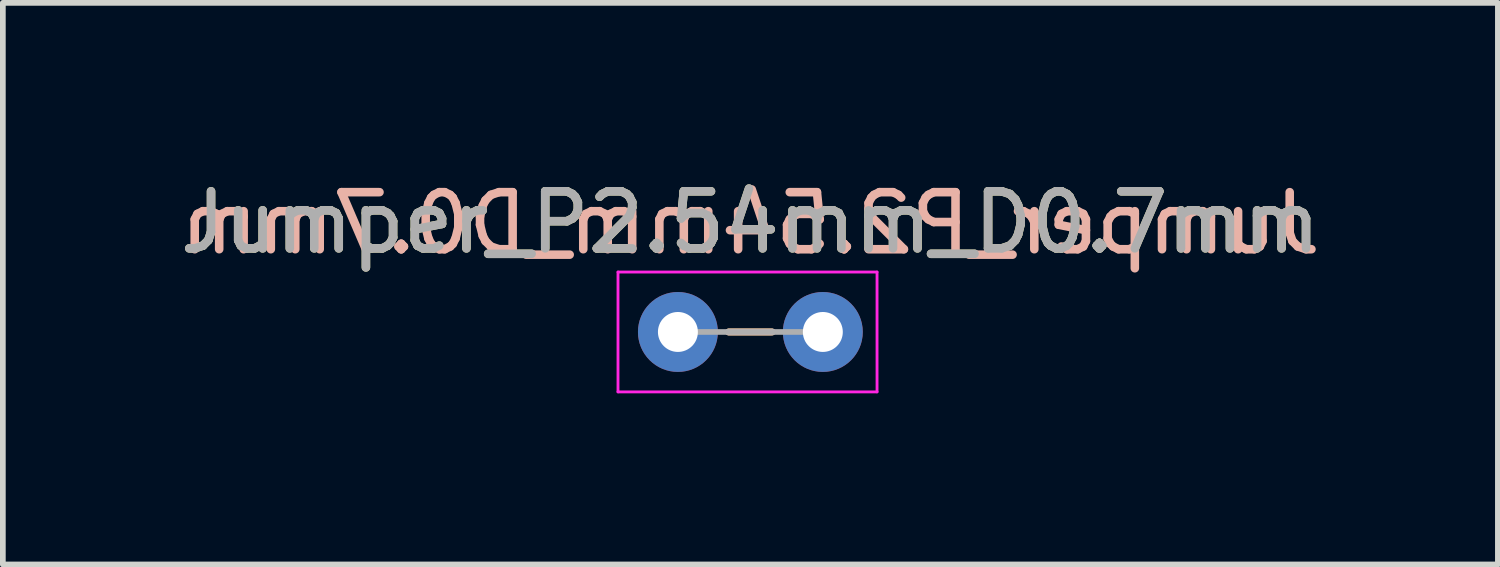
<source format=kicad_pcb>
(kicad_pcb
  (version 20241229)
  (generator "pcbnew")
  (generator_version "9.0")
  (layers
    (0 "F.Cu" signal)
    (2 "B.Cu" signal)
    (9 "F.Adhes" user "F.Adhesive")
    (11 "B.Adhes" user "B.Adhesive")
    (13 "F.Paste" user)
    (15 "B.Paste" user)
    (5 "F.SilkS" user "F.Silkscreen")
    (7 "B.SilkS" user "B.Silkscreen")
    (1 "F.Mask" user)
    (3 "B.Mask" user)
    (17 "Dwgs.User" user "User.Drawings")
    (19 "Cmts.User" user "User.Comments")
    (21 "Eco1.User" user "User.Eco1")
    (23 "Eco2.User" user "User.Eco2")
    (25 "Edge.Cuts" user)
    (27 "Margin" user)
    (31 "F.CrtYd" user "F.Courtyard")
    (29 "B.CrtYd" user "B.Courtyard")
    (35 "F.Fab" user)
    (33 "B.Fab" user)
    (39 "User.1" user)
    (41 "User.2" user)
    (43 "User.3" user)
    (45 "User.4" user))
  (footprint "Jumper_P2.54mm_D0.7mm"
    (layer "F.Cu")
    (at 8.831 2.768)
    (property "Reference" "Jumper_P2.54mm_D0.7mm" (at 1.27 -1.92 0) (layer "F.SilkS") (effects (font (size 1 1) (thickness 0.15))))
    (attr through_hole)
    (fp_line (start 0.889 0) (end 1.651 0) (stroke (width 0.12) (type solid)) (layer "F.SilkS"))
    (fp_line (start 1.651 0) (end 0.889 0) (stroke (width 0.12) (type solid)) (layer "B.SilkS"))
    (fp_line (start -1.05 -1.05) (end -1.05 1.05) (stroke (width 0.05) (type solid)) (layer "F.CrtYd"))
    (fp_line (start -1.05 1.05) (end 3.49 1.05) (stroke (width 0.05) (type solid)) (layer "F.CrtYd"))
    (fp_line (start 3.49 -1.05) (end -1.05 -1.05) (stroke (width 0.05) (type solid)) (layer "F.CrtYd"))
    (fp_line (start 3.49 1.05) (end 3.49 -1.05) (stroke (width 0.05) (type solid)) (layer "F.CrtYd"))
    (fp_line (start 0 0) (end 2.54 0) (stroke (width 0.1) (type solid)) (layer "F.Fab"))
    (fp_text user "${REFERENCE}" (at 1.27 -1.905 0) (layer "B.SilkS") (effects (font (size 1 1) (thickness 0.15)) (justify mirror)))
    (fp_text user "${REFERENCE}" (at 1.27 -1.92 0) (layer "F.Fab") (effects (font (size 1 1) (thickness 0.15))))
    (pad "1" thru_hole circle (at 0 0) (size 1.4 1.4) (drill 0.7) (layers "*.Cu" "*.Mask"))
    (pad "2" thru_hole oval (at 2.54 0) (size 1.4 1.4) (drill 0.7) (layers "*.Cu" "*.Mask")))
  (gr_rect
    (start -3 -3)
    (end 23.202 6.843)
    (stroke (width 0.1) (type default))
    (fill no)
    (layer "Edge.Cuts")))
</source>
